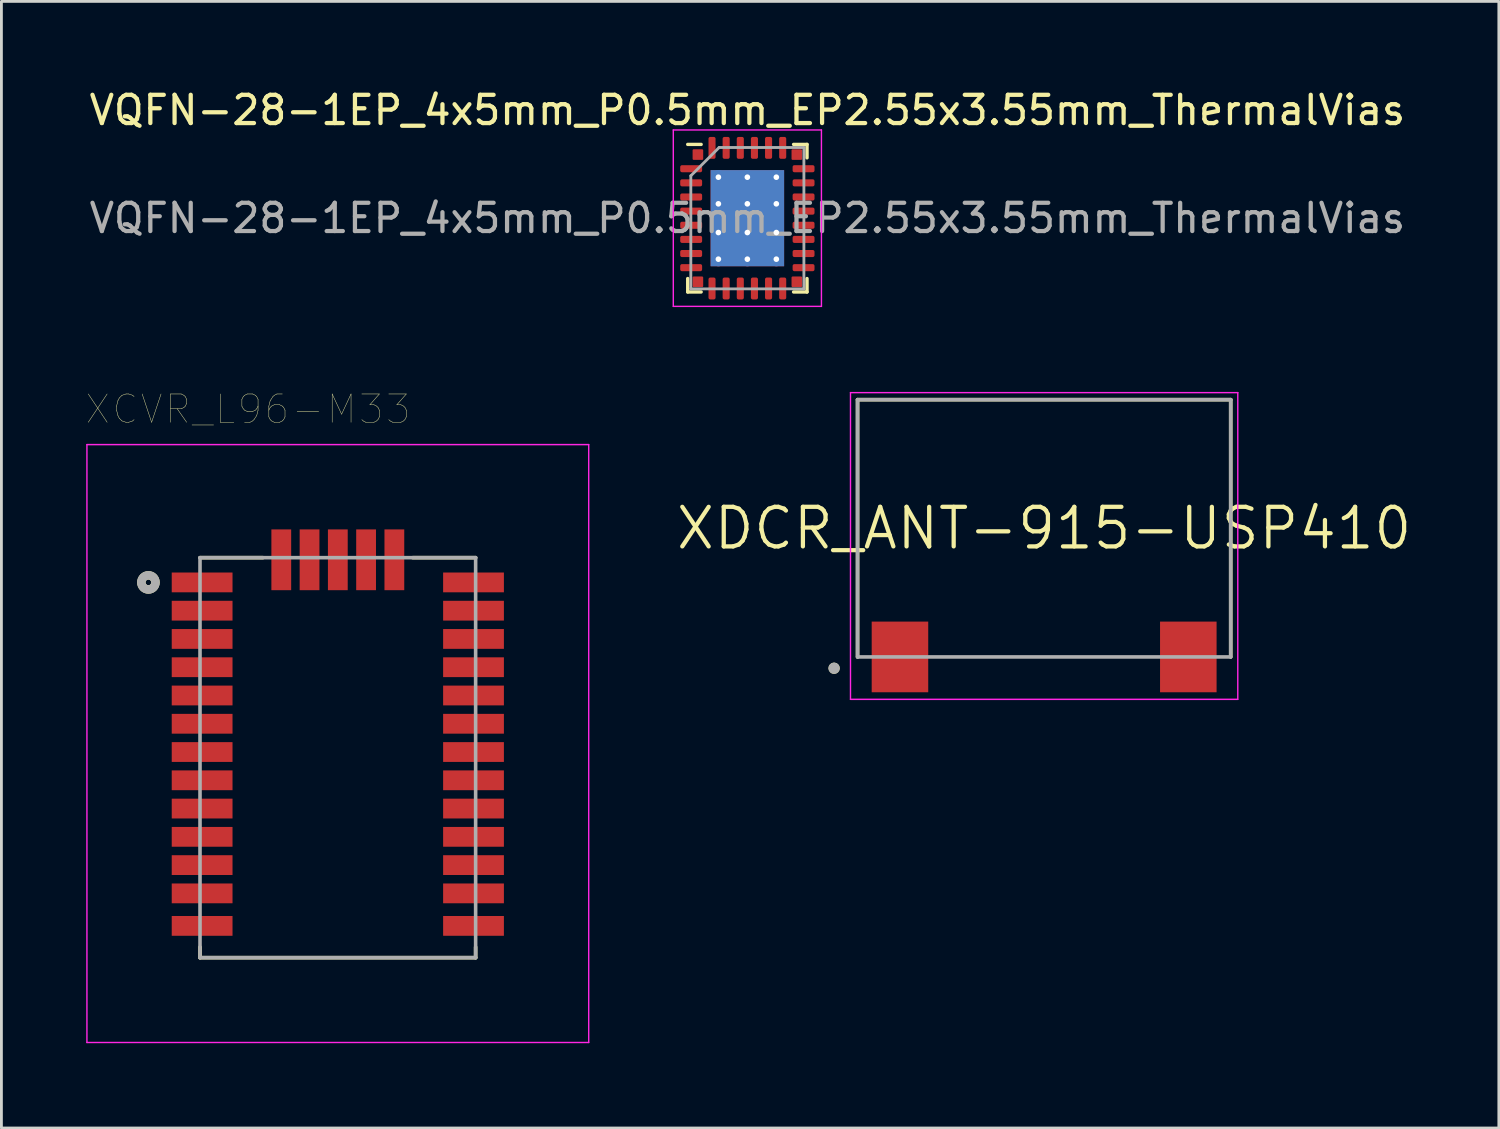
<source format=kicad_pcb>
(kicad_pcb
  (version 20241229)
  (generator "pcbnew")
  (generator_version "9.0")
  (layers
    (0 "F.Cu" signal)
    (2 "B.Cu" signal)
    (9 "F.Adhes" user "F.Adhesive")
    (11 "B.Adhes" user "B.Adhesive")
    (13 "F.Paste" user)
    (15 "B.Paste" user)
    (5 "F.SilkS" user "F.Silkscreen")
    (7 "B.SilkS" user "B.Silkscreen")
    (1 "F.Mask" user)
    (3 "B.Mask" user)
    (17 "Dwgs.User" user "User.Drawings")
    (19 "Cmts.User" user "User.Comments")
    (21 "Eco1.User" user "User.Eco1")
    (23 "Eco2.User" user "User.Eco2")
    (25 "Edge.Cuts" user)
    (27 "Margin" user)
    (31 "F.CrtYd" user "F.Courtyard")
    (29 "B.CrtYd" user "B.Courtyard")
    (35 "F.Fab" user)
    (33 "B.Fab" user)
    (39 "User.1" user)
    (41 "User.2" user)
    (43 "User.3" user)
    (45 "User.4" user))
  (footprint "XDCR_ANT-915-USP410"
    (layer "F.Cu")
    (at 33.885 15.638)
    (property "Reference" "XDCR_ANT-915-USP410" (at 0 0 0) (layer "F.SilkS") (effects (font (size 1.4 1.4) (thickness 0.15))))
    (attr smd)
    (fp_line (start -6.6 -4.55) (end 6.6 -4.55) (stroke (width 0.127) (type solid)) (layer "F.SilkS"))
    (fp_line (start -6.6 4.55) (end -6.6 -4.55) (stroke (width 0.127) (type solid)) (layer "F.SilkS"))
    (fp_line (start 6.6 -4.55) (end 6.6 4.55) (stroke (width 0.127) (type solid)) (layer "F.SilkS"))
    (fp_circle (center -7.43 4.95) (end -7.33 4.95) (stroke (width 0.2) (type solid)) (fill no) (layer "F.SilkS"))
    (fp_line (start -6.85 -4.8) (end 6.85 -4.8) (stroke (width 0.05) (type solid)) (layer "F.CrtYd"))
    (fp_line (start -6.85 6.05) (end -6.85 -4.8) (stroke (width 0.05) (type solid)) (layer "F.CrtYd"))
    (fp_line (start 6.85 -4.8) (end 6.85 6.05) (stroke (width 0.05) (type solid)) (layer "F.CrtYd"))
    (fp_line (start 6.85 6.05) (end -6.85 6.05) (stroke (width 0.05) (type solid)) (layer "F.CrtYd"))
    (fp_line (start -6.6 -4.55) (end 6.6 -4.55) (stroke (width 0.127) (type solid)) (layer "F.Fab"))
    (fp_line (start -6.6 4.55) (end -6.6 -4.55) (stroke (width 0.127) (type solid)) (layer "F.Fab"))
    (fp_line (start 6.6 -4.55) (end 6.6 4.55) (stroke (width 0.127) (type solid)) (layer "F.Fab"))
    (fp_line (start 6.6 4.55) (end -6.6 4.55) (stroke (width 0.127) (type solid)) (layer "F.Fab"))
    (fp_circle (center -7.43 4.95) (end -7.33 4.95) (stroke (width 0.2) (type solid)) (fill no) (layer "F.Fab"))
    (pad "1" smd rect (at -5.1 4.55) (size 2 2.5) (layers "F.Cu" "F.Mask" "F.Paste"))
    (pad "2" smd rect (at 5.1 4.55) (size 2 2.5) (layers "F.Cu" "F.Mask" "F.Paste"))
    (zone (net_name "") (layer "F.Cu") (hatch full 0.508) (connect_pads) (min_thickness 0.01) (filled_areas_thickness no) (keepout (tracks not_allowed) (vias not_allowed) (pads not_allowed) (copperpour not_allowed) (footprints allowed)) (placement (enabled no)) (fill) (polygon (pts (xy 27.285 11.088) (xy 40.485 11.088) (xy 40.485 20.188) (xy 39.985 20.188) (xy 39.985 18.938) (xy 37.985 18.938) (xy 37.985 20.188) (xy 29.785 20.188) (xy 29.785 18.938) (xy 27.785 18.938) (xy 27.785 20.188) (xy 27.285 20.188))))
    (zone (net_name "") (layers "F.Cu" "B.Cu") (hatch full 0.508) (connect_pads) (min_thickness 0.01) (filled_areas_thickness no) (keepout (tracks allowed) (vias not_allowed) (pads allowed) (copperpour allowed) (footprints allowed)) (placement (enabled no)) (fill) (polygon (pts (xy 27.285 11.088) (xy 40.485 11.088) (xy 40.485 20.188) (xy 39.985 20.188) (xy 39.985 18.938) (xy 37.985 18.938) (xy 37.985 20.188) (xy 29.785 20.188) (xy 29.785 18.938) (xy 27.785 18.938) (xy 27.785 20.188) (xy 27.285 20.188)))))
  (footprint "VQFN-28-1EP_4x5mm_P0.5mm_EP2.55x3.55mm_ThermalVias"
    (layer "F.Cu")
    (at 23.387 4.668)
    (property "Reference" "VQFN-28-1EP_4x5mm_P0.5mm_EP2.55x3.55mm_ThermalVias" (at 0 -3.82 0) (layer "F.SilkS") (effects (font (size 1 1) (thickness 0.15))))
    (attr smd)
    (fp_line (start -2.11 2.61) (end -2.11 2.135) (stroke (width 0.12) (type solid)) (layer "F.SilkS"))
    (fp_line (start -1.635 -2.61) (end -2.11 -2.61) (stroke (width 0.12) (type solid)) (layer "F.SilkS"))
    (fp_line (start -1.635 2.61) (end -2.11 2.61) (stroke (width 0.12) (type solid)) (layer "F.SilkS"))
    (fp_line (start 1.635 -2.61) (end 2.11 -2.61) (stroke (width 0.12) (type solid)) (layer "F.SilkS"))
    (fp_line (start 1.635 2.61) (end 2.11 2.61) (stroke (width 0.12) (type solid)) (layer "F.SilkS"))
    (fp_line (start 2.11 -2.61) (end 2.11 -2.135) (stroke (width 0.12) (type solid)) (layer "F.SilkS"))
    (fp_line (start 2.11 2.61) (end 2.11 2.135) (stroke (width 0.12) (type solid)) (layer "F.SilkS"))
    (fp_line (start -2.62 -3.12) (end -2.62 3.12) (stroke (width 0.05) (type solid)) (layer "F.CrtYd"))
    (fp_line (start -2.62 3.12) (end 2.62 3.12) (stroke (width 0.05) (type solid)) (layer "F.CrtYd"))
    (fp_line (start 2.62 -3.12) (end -2.62 -3.12) (stroke (width 0.05) (type solid)) (layer "F.CrtYd"))
    (fp_line (start 2.62 3.12) (end 2.62 -3.12) (stroke (width 0.05) (type solid)) (layer "F.CrtYd"))
    (fp_line (start -2 -1.5) (end -1 -2.5) (stroke (width 0.1) (type solid)) (layer "F.Fab"))
    (fp_line (start -2 2.5) (end -2 -1.5) (stroke (width 0.1) (type solid)) (layer "F.Fab"))
    (fp_line (start -1 -2.5) (end 2 -2.5) (stroke (width 0.1) (type solid)) (layer "F.Fab"))
    (fp_line (start 2 -2.5) (end 2 2.5) (stroke (width 0.1) (type solid)) (layer "F.Fab"))
    (fp_line (start 2 2.5) (end -2 2.5) (stroke (width 0.1) (type solid)) (layer "F.Fab"))
    (fp_text user "${REFERENCE}" (at 0 0 0) (layer "F.Fab") (effects (font (size 1 1) (thickness 0.15))))
    (pad "" smd roundrect (at -0.635 -1.18) (size 1.03 0.95) (layers "F.Paste") (roundrect_rratio 0.25))
    (pad "" smd roundrect (at -0.635 0) (size 1.03 0.95) (layers "F.Paste") (roundrect_rratio 0.25))
    (pad "" smd roundrect (at -0.635 1.18) (size 1.03 0.95) (layers "F.Paste") (roundrect_rratio 0.25))
    (pad "" smd roundrect (at 0.635 -1.18) (size 1.03 0.95) (layers "F.Paste") (roundrect_rratio 0.25))
    (pad "" smd roundrect (at 0.635 0) (size 1.03 0.95) (layers "F.Paste") (roundrect_rratio 0.25))
    (pad "" smd roundrect (at 0.635 1.18) (size 1.03 0.95) (layers "F.Paste") (roundrect_rratio 0.25))
    (pad "1" smd roundrect (at -1.988 -1.75) (size 0.775 0.25) (layers "F.Cu" "F.Mask" "F.Paste") (roundrect_rratio 0.25))
    (pad "2" smd roundrect (at -1.988 -1.25) (size 0.775 0.25) (layers "F.Cu" "F.Mask" "F.Paste") (roundrect_rratio 0.25))
    (pad "3" smd roundrect (at -1.988 -0.75) (size 0.775 0.25) (layers "F.Cu" "F.Mask" "F.Paste") (roundrect_rratio 0.25))
    (pad "4" smd roundrect (at -1.988 -0.25) (size 0.775 0.25) (layers "F.Cu" "F.Mask" "F.Paste") (roundrect_rratio 0.25))
    (pad "5" smd roundrect (at -1.988 0.25) (size 0.775 0.25) (layers "F.Cu" "F.Mask" "F.Paste") (roundrect_rratio 0.25))
    (pad "6" smd roundrect (at -1.988 0.75) (size 0.775 0.25) (layers "F.Cu" "F.Mask" "F.Paste") (roundrect_rratio 0.25))
    (pad "7" smd roundrect (at -1.988 1.25) (size 0.775 0.25) (layers "F.Cu" "F.Mask" "F.Paste") (roundrect_rratio 0.25))
    (pad "8" smd roundrect (at -1.988 1.75) (size 0.775 0.25) (layers "F.Cu" "F.Mask" "F.Paste") (roundrect_rratio 0.25))
    (pad "9" smd roundrect (at -1.25 2.487) (size 0.25 0.775) (layers "F.Cu" "F.Mask" "F.Paste") (roundrect_rratio 0.25))
    (pad "10" smd roundrect (at -0.75 2.487) (size 0.25 0.775) (layers "F.Cu" "F.Mask" "F.Paste") (roundrect_rratio 0.25))
    (pad "11" smd roundrect (at -0.25 2.487) (size 0.25 0.775) (layers "F.Cu" "F.Mask" "F.Paste") (roundrect_rratio 0.25))
    (pad "12" smd roundrect (at 0.25 2.487) (size 0.25 0.775) (layers "F.Cu" "F.Mask" "F.Paste") (roundrect_rratio 0.25))
    (pad "13" smd roundrect (at 0.75 2.487) (size 0.25 0.775) (layers "F.Cu" "F.Mask" "F.Paste") (roundrect_rratio 0.25))
    (pad "14" smd roundrect (at 1.25 2.487) (size 0.25 0.775) (layers "F.Cu" "F.Mask" "F.Paste") (roundrect_rratio 0.25))
    (pad "15" smd roundrect (at 1.988 1.75) (size 0.775 0.25) (layers "F.Cu" "F.Mask" "F.Paste") (roundrect_rratio 0.25))
    (pad "16" smd roundrect (at 1.988 1.25) (size 0.775 0.25) (layers "F.Cu" "F.Mask" "F.Paste") (roundrect_rratio 0.25))
    (pad "17" smd roundrect (at 1.988 0.75) (size 0.775 0.25) (layers "F.Cu" "F.Mask" "F.Paste") (roundrect_rratio 0.25))
    (pad "18" smd roundrect (at 1.988 0.25) (size 0.775 0.25) (layers "F.Cu" "F.Mask" "F.Paste") (roundrect_rratio 0.25))
    (pad "19" smd roundrect (at 1.988 -0.25) (size 0.775 0.25) (layers "F.Cu" "F.Mask" "F.Paste") (roundrect_rratio 0.25))
    (pad "20" smd roundrect (at 1.988 -0.75) (size 0.775 0.25) (layers "F.Cu" "F.Mask" "F.Paste") (roundrect_rratio 0.25))
    (pad "21" smd roundrect (at 1.988 -1.25) (size 0.775 0.25) (layers "F.Cu" "F.Mask" "F.Paste") (roundrect_rratio 0.25))
    (pad "22" smd roundrect (at 1.988 -1.75) (size 0.775 0.25) (layers "F.Cu" "F.Mask" "F.Paste") (roundrect_rratio 0.25))
    (pad "23" smd roundrect (at 1.25 -2.487) (size 0.25 0.775) (layers "F.Cu" "F.Mask" "F.Paste") (roundrect_rratio 0.25))
    (pad "24" smd roundrect (at 0.75 -2.487) (size 0.25 0.775) (layers "F.Cu" "F.Mask" "F.Paste") (roundrect_rratio 0.25))
    (pad "25" smd roundrect (at 0.25 -2.487) (size 0.25 0.775) (layers "F.Cu" "F.Mask" "F.Paste") (roundrect_rratio 0.25))
    (pad "26" smd roundrect (at -0.25 -2.487) (size 0.25 0.775) (layers "F.Cu" "F.Mask" "F.Paste") (roundrect_rratio 0.25))
    (pad "27" smd roundrect (at -0.75 -2.487) (size 0.25 0.775) (layers "F.Cu" "F.Mask" "F.Paste") (roundrect_rratio 0.25))
    (pad "28" smd roundrect (at -1.25 -2.487) (size 0.25 0.775) (layers "F.Cu" "F.Mask" "F.Paste") (roundrect_rratio 0.25))
    (pad "29" thru_hole circle (at -1.025 -1.45) (size 0.5 0.5) (drill 0.2) (layers "*.Cu"))
    (pad "29" thru_hole circle (at -1.025 -0.508) (size 0.5 0.5) (drill 0.2) (layers "*.Cu"))
    (pad "29" thru_hole circle (at -1.025 0.508) (size 0.5 0.5) (drill 0.2) (layers "*.Cu"))
    (pad "29" thru_hole circle (at 0 -1.45) (size 0.5 0.5) (drill 0.2) (layers "*.Cu"))
    (pad "29" thru_hole circle (at 0 -0.508) (size 0.5 0.5) (drill 0.2) (layers "*.Cu"))
    (pad "29" smd rect (at 0 0) (size 2.6 3.4) (layers "F.Cu" "F.Mask"))
    (pad "29" smd rect (at 0 0) (size 2.6 3.4) (layers "B.Cu"))
    (pad "29" thru_hole circle (at 0 0.508) (size 0.5 0.5) (drill 0.2) (layers "*.Cu"))
    (pad "29" thru_hole circle (at 0 1.45) (size 0.5 0.5) (drill 0.2) (layers "*.Cu"))
    (pad "29" thru_hole circle (at 1.025 -0.508) (size 0.5 0.5) (drill 0.2) (layers "*.Cu"))
    (pad "29" thru_hole circle (at 1.025 0.508) (size 0.5 0.5) (drill 0.2) (layers "*.Cu"))
    (pad "30" thru_hole circle (at 1.025 -1.45) (size 0.5 0.5) (drill 0.2) (layers "*.Cu"))
    (pad "31" thru_hole circle (at -1.025 1.45) (size 0.5 0.5) (drill 0.2) (layers "*.Cu"))
    (pad "32" thru_hole circle (at 1.025 1.45) (size 0.5 0.5) (drill 0.2) (layers "*.Cu"))
    (pad "33" smd roundrect (at -1.75 -2.25) (size 0.375 0.375) (layers "F.Cu" "F.Mask" "F.Paste") (roundrect_rratio 0.1))
    (pad "34" smd roundrect (at 1.75 -2.25) (size 0.375 0.375) (layers "F.Cu" "F.Mask" "F.Paste") (roundrect_rratio 0.1))
    (pad "35" smd roundrect (at -1.75 2.25) (size 0.375 0.375) (layers "F.Cu" "F.Mask" "F.Paste") (roundrect_rratio 0.1))
    (pad "36" smd roundrect (at 1.75 2.25) (size 0.375 0.375) (layers "F.Cu" "F.Mask" "F.Paste") (roundrect_rratio 0.1)))
  (footprint "XCVR_L96-M33"
    (layer "F.Cu")
    (at 8.9 23.752)
    (property "Reference" "XCVR_L96-M33" (at -3.179 -12.327 0) (layer "F.SilkS") (effects (font (size 1.001 1.001) (thickness 0.015))))
    (attr smd)
    (fp_line (start -4.875 -7.075) (end -2.65 -7.075) (stroke (width 0.127) (type solid)) (layer "F.SilkS"))
    (fp_line (start -4.875 6.7) (end -4.875 7.075) (stroke (width 0.127) (type solid)) (layer "F.SilkS"))
    (fp_line (start -4.875 7.075) (end 4.875 7.075) (stroke (width 0.127) (type solid)) (layer "F.SilkS"))
    (fp_line (start 2.65 -7.075) (end 4.875 -7.075) (stroke (width 0.127) (type solid)) (layer "F.SilkS"))
    (fp_line (start 4.875 7.075) (end 4.875 6.7) (stroke (width 0.127) (type solid)) (layer "F.SilkS"))
    (fp_circle (center -6.7 -6.2) (end -6.6 -6.2) (stroke (width 0.3) (type solid)) (fill no) (layer "F.SilkS"))
    (fp_poly (pts (xy -6.275 -6.55) (xy -3.825 -6.55) (xy -3.825 -5.85) (xy -6.275 -5.85)) (stroke (width 0.01) (type solid)) (fill yes) (layer "F.Paste"))
    (fp_poly (pts (xy -6.275 -5.55) (xy -3.825 -5.55) (xy -3.825 -4.85) (xy -6.275 -4.85)) (stroke (width 0.01) (type solid)) (fill yes) (layer "F.Paste"))
    (fp_poly (pts (xy -6.275 -4.55) (xy -3.825 -4.55) (xy -3.825 -3.85) (xy -6.275 -3.85)) (stroke (width 0.01) (type solid)) (fill yes) (layer "F.Paste"))
    (fp_poly (pts (xy -6.275 -3.55) (xy -3.825 -3.55) (xy -3.825 -2.85) (xy -6.275 -2.85)) (stroke (width 0.01) (type solid)) (fill yes) (layer "F.Paste"))
    (fp_poly (pts (xy -6.275 -2.55) (xy -3.825 -2.55) (xy -3.825 -1.85) (xy -6.275 -1.85)) (stroke (width 0.01) (type solid)) (fill yes) (layer "F.Paste"))
    (fp_poly (pts (xy -6.275 -1.55) (xy -3.825 -1.55) (xy -3.825 -0.85) (xy -6.275 -0.85)) (stroke (width 0.01) (type solid)) (fill yes) (layer "F.Paste"))
    (fp_poly (pts (xy -6.275 -0.55) (xy -3.825 -0.55) (xy -3.825 0.15) (xy -6.275 0.15)) (stroke (width 0.01) (type solid)) (fill yes) (layer "F.Paste"))
    (fp_poly (pts (xy -6.275 0.45) (xy -3.825 0.45) (xy -3.825 1.15) (xy -6.275 1.15)) (stroke (width 0.01) (type solid)) (fill yes) (layer "F.Paste"))
    (fp_poly (pts (xy -6.275 1.45) (xy -3.825 1.45) (xy -3.825 2.15) (xy -6.275 2.15)) (stroke (width 0.01) (type solid)) (fill yes) (layer "F.Paste"))
    (fp_poly (pts (xy -6.275 2.45) (xy -3.825 2.45) (xy -3.825 3.15) (xy -6.275 3.15)) (stroke (width 0.01) (type solid)) (fill yes) (layer "F.Paste"))
    (fp_poly (pts (xy -6.275 3.45) (xy -3.825 3.45) (xy -3.825 4.15) (xy -6.275 4.15)) (stroke (width 0.01) (type solid)) (fill yes) (layer "F.Paste"))
    (fp_poly (pts (xy -6.275 4.45) (xy -3.825 4.45) (xy -3.825 5.15) (xy -6.275 5.15)) (stroke (width 0.01) (type solid)) (fill yes) (layer "F.Paste"))
    (fp_poly (pts (xy -6.275 5.6) (xy -3.825 5.6) (xy -3.825 6.3) (xy -6.275 6.3)) (stroke (width 0.01) (type solid)) (fill yes) (layer "F.Paste"))
    (fp_poly (pts (xy -2.35 -8.475) (xy -1.65 -8.475) (xy -1.65 -6.025) (xy -2.35 -6.025)) (stroke (width 0.01) (type solid)) (fill yes) (layer "F.Paste"))
    (fp_poly (pts (xy -1.35 -8.475) (xy -0.65 -8.475) (xy -0.65 -6.025) (xy -1.35 -6.025)) (stroke (width 0.01) (type solid)) (fill yes) (layer "F.Paste"))
    (fp_poly (pts (xy -0.35 -8.475) (xy 0.35 -8.475) (xy 0.35 -6.025) (xy -0.35 -6.025)) (stroke (width 0.01) (type solid)) (fill yes) (layer "F.Paste"))
    (fp_poly (pts (xy 0.65 -8.475) (xy 1.35 -8.475) (xy 1.35 -6.025) (xy 0.65 -6.025)) (stroke (width 0.01) (type solid)) (fill yes) (layer "F.Paste"))
    (fp_poly (pts (xy 1.65 -8.475) (xy 2.35 -8.475) (xy 2.35 -6.025) (xy 1.65 -6.025)) (stroke (width 0.01) (type solid)) (fill yes) (layer "F.Paste"))
    (fp_poly (pts (xy 3.825 -6.55) (xy 6.275 -6.55) (xy 6.275 -5.85) (xy 3.825 -5.85)) (stroke (width 0.01) (type solid)) (fill yes) (layer "F.Paste"))
    (fp_poly (pts (xy 3.825 -5.55) (xy 6.275 -5.55) (xy 6.275 -4.85) (xy 3.825 -4.85)) (stroke (width 0.01) (type solid)) (fill yes) (layer "F.Paste"))
    (fp_poly (pts (xy 3.825 -4.55) (xy 6.275 -4.55) (xy 6.275 -3.85) (xy 3.825 -3.85)) (stroke (width 0.01) (type solid)) (fill yes) (layer "F.Paste"))
    (fp_poly (pts (xy 3.825 -3.55) (xy 6.275 -3.55) (xy 6.275 -2.85) (xy 3.825 -2.85)) (stroke (width 0.01) (type solid)) (fill yes) (layer "F.Paste"))
    (fp_poly (pts (xy 3.825 -2.55) (xy 6.275 -2.55) (xy 6.275 -1.85) (xy 3.825 -1.85)) (stroke (width 0.01) (type solid)) (fill yes) (layer "F.Paste"))
    (fp_poly (pts (xy 3.825 -1.55) (xy 6.275 -1.55) (xy 6.275 -0.85) (xy 3.825 -0.85)) (stroke (width 0.01) (type solid)) (fill yes) (layer "F.Paste"))
    (fp_poly (pts (xy 3.825 -0.55) (xy 6.275 -0.55) (xy 6.275 0.15) (xy 3.825 0.15)) (stroke (width 0.01) (type solid)) (fill yes) (layer "F.Paste"))
    (fp_poly (pts (xy 3.825 0.45) (xy 6.275 0.45) (xy 6.275 1.15) (xy 3.825 1.15)) (stroke (width 0.01) (type solid)) (fill yes) (layer "F.Paste"))
    (fp_poly (pts (xy 3.825 1.45) (xy 6.275 1.45) (xy 6.275 2.15) (xy 3.825 2.15)) (stroke (width 0.01) (type solid)) (fill yes) (layer "F.Paste"))
    (fp_poly (pts (xy 3.825 2.45) (xy 6.275 2.45) (xy 6.275 3.15) (xy 3.825 3.15)) (stroke (width 0.01) (type solid)) (fill yes) (layer "F.Paste"))
    (fp_poly (pts (xy 3.825 3.45) (xy 6.275 3.45) (xy 6.275 4.15) (xy 3.825 4.15)) (stroke (width 0.01) (type solid)) (fill yes) (layer "F.Paste"))
    (fp_poly (pts (xy 3.825 4.45) (xy 6.275 4.45) (xy 6.275 5.15) (xy 3.825 5.15)) (stroke (width 0.01) (type solid)) (fill yes) (layer "F.Paste"))
    (fp_poly (pts (xy 3.825 5.6) (xy 6.275 5.6) (xy 6.275 6.3) (xy 3.825 6.3)) (stroke (width 0.01) (type solid)) (fill yes) (layer "F.Paste"))
    (fp_line (start -8.875 -11.075) (end -8.875 10.075) (stroke (width 0.05) (type solid)) (layer "F.CrtYd"))
    (fp_line (start -8.875 10.075) (end 8.875 10.075) (stroke (width 0.05) (type solid)) (layer "F.CrtYd"))
    (fp_line (start 8.875 -11.075) (end -8.875 -11.075) (stroke (width 0.05) (type solid)) (layer "F.CrtYd"))
    (fp_line (start 8.875 10.075) (end 8.875 -11.075) (stroke (width 0.05) (type solid)) (layer "F.CrtYd"))
    (fp_line (start -4.875 -7.075) (end 4.875 -7.075) (stroke (width 0.127) (type solid)) (layer "F.Fab"))
    (fp_line (start -4.875 7.075) (end -4.875 -7.075) (stroke (width 0.127) (type solid)) (layer "F.Fab"))
    (fp_line (start 4.875 -7.075) (end 4.875 7.075) (stroke (width 0.127) (type solid)) (layer "F.Fab"))
    (fp_line (start 4.875 7.075) (end -4.875 7.075) (stroke (width 0.127) (type solid)) (layer "F.Fab"))
    (fp_circle (center -6.7 -6.2) (end -6.6 -6.2) (stroke (width 0.3) (type solid)) (fill no) (layer "F.Fab"))
    (pad "1" smd rect (at -4.8 -6.2) (size 2.15 0.7) (layers "F.Cu" "F.Mask"))
    (pad "2" smd rect (at -4.8 -5.2) (size 2.15 0.7) (layers "F.Cu" "F.Mask"))
    (pad "3" smd rect (at -4.8 -4.2) (size 2.15 0.7) (layers "F.Cu" "F.Mask"))
    (pad "4" smd rect (at -4.8 -3.2) (size 2.15 0.7) (layers "F.Cu" "F.Mask"))
    (pad "5" smd rect (at -4.8 -2.2) (size 2.15 0.7) (layers "F.Cu" "F.Mask"))
    (pad "6" smd rect (at -4.8 -1.2) (size 2.15 0.7) (layers "F.Cu" "F.Mask"))
    (pad "7" smd rect (at -4.8 -0.2) (size 2.15 0.7) (layers "F.Cu" "F.Mask"))
    (pad "8" smd rect (at -4.8 0.8) (size 2.15 0.7) (layers "F.Cu" "F.Mask"))
    (pad "9" smd rect (at -4.8 1.8) (size 2.15 0.7) (layers "F.Cu" "F.Mask"))
    (pad "10" smd rect (at -4.8 2.8) (size 2.15 0.7) (layers "F.Cu" "F.Mask"))
    (pad "11" smd rect (at -4.8 3.8) (size 2.15 0.7) (layers "F.Cu" "F.Mask"))
    (pad "12" smd rect (at -4.8 4.8) (size 2.15 0.7) (layers "F.Cu" "F.Mask"))
    (pad "13" smd rect (at -4.8 5.95) (size 2.15 0.7) (layers "F.Cu" "F.Mask"))
    (pad "14" smd rect (at 4.8 5.95) (size 2.15 0.7) (layers "F.Cu" "F.Mask"))
    (pad "15" smd rect (at 4.8 4.8) (size 2.15 0.7) (layers "F.Cu" "F.Mask"))
    (pad "16" smd rect (at 4.8 3.8) (size 2.15 0.7) (layers "F.Cu" "F.Mask"))
    (pad "17" smd rect (at 4.8 2.8) (size 2.15 0.7) (layers "F.Cu" "F.Mask"))
    (pad "18" smd rect (at 4.8 1.8) (size 2.15 0.7) (layers "F.Cu" "F.Mask"))
    (pad "19" smd rect (at 4.8 0.8) (size 2.15 0.7) (layers "F.Cu" "F.Mask"))
    (pad "20" smd rect (at 4.8 -0.2) (size 2.15 0.7) (layers "F.Cu" "F.Mask"))
    (pad "21" smd rect (at 4.8 -1.2) (size 2.15 0.7) (layers "F.Cu" "F.Mask"))
    (pad "22" smd rect (at 4.8 -2.2) (size 2.15 0.7) (layers "F.Cu" "F.Mask"))
    (pad "23" smd rect (at 4.8 -3.2) (size 2.15 0.7) (layers "F.Cu" "F.Mask"))
    (pad "24" smd rect (at 4.8 -4.2) (size 2.15 0.7) (layers "F.Cu" "F.Mask"))
    (pad "25" smd rect (at 4.8 -5.2) (size 2.15 0.7) (layers "F.Cu" "F.Mask"))
    (pad "26" smd rect (at 4.8 -6.2) (size 2.15 0.7) (layers "F.Cu" "F.Mask"))
    (pad "27" smd rect (at 2 -7) (size 0.7 2.15) (layers "F.Cu" "F.Mask"))
    (pad "28" smd rect (at 1 -7) (size 0.7 2.15) (layers "F.Cu" "F.Mask"))
    (pad "29" smd rect (at 0 -7) (size 0.7 2.15) (layers "F.Cu" "F.Mask"))
    (pad "30" smd rect (at -1 -7) (size 0.7 2.15) (layers "F.Cu" "F.Mask"))
    (pad "31" smd rect (at -2 -7) (size 0.7 2.15) (layers "F.Cu" "F.Mask")))
  (gr_rect
    (start -3 -3)
    (end 49.97 36.852)
    (stroke (width 0.1) (type default))
    (fill no)
    (layer "Edge.Cuts")))
</source>
